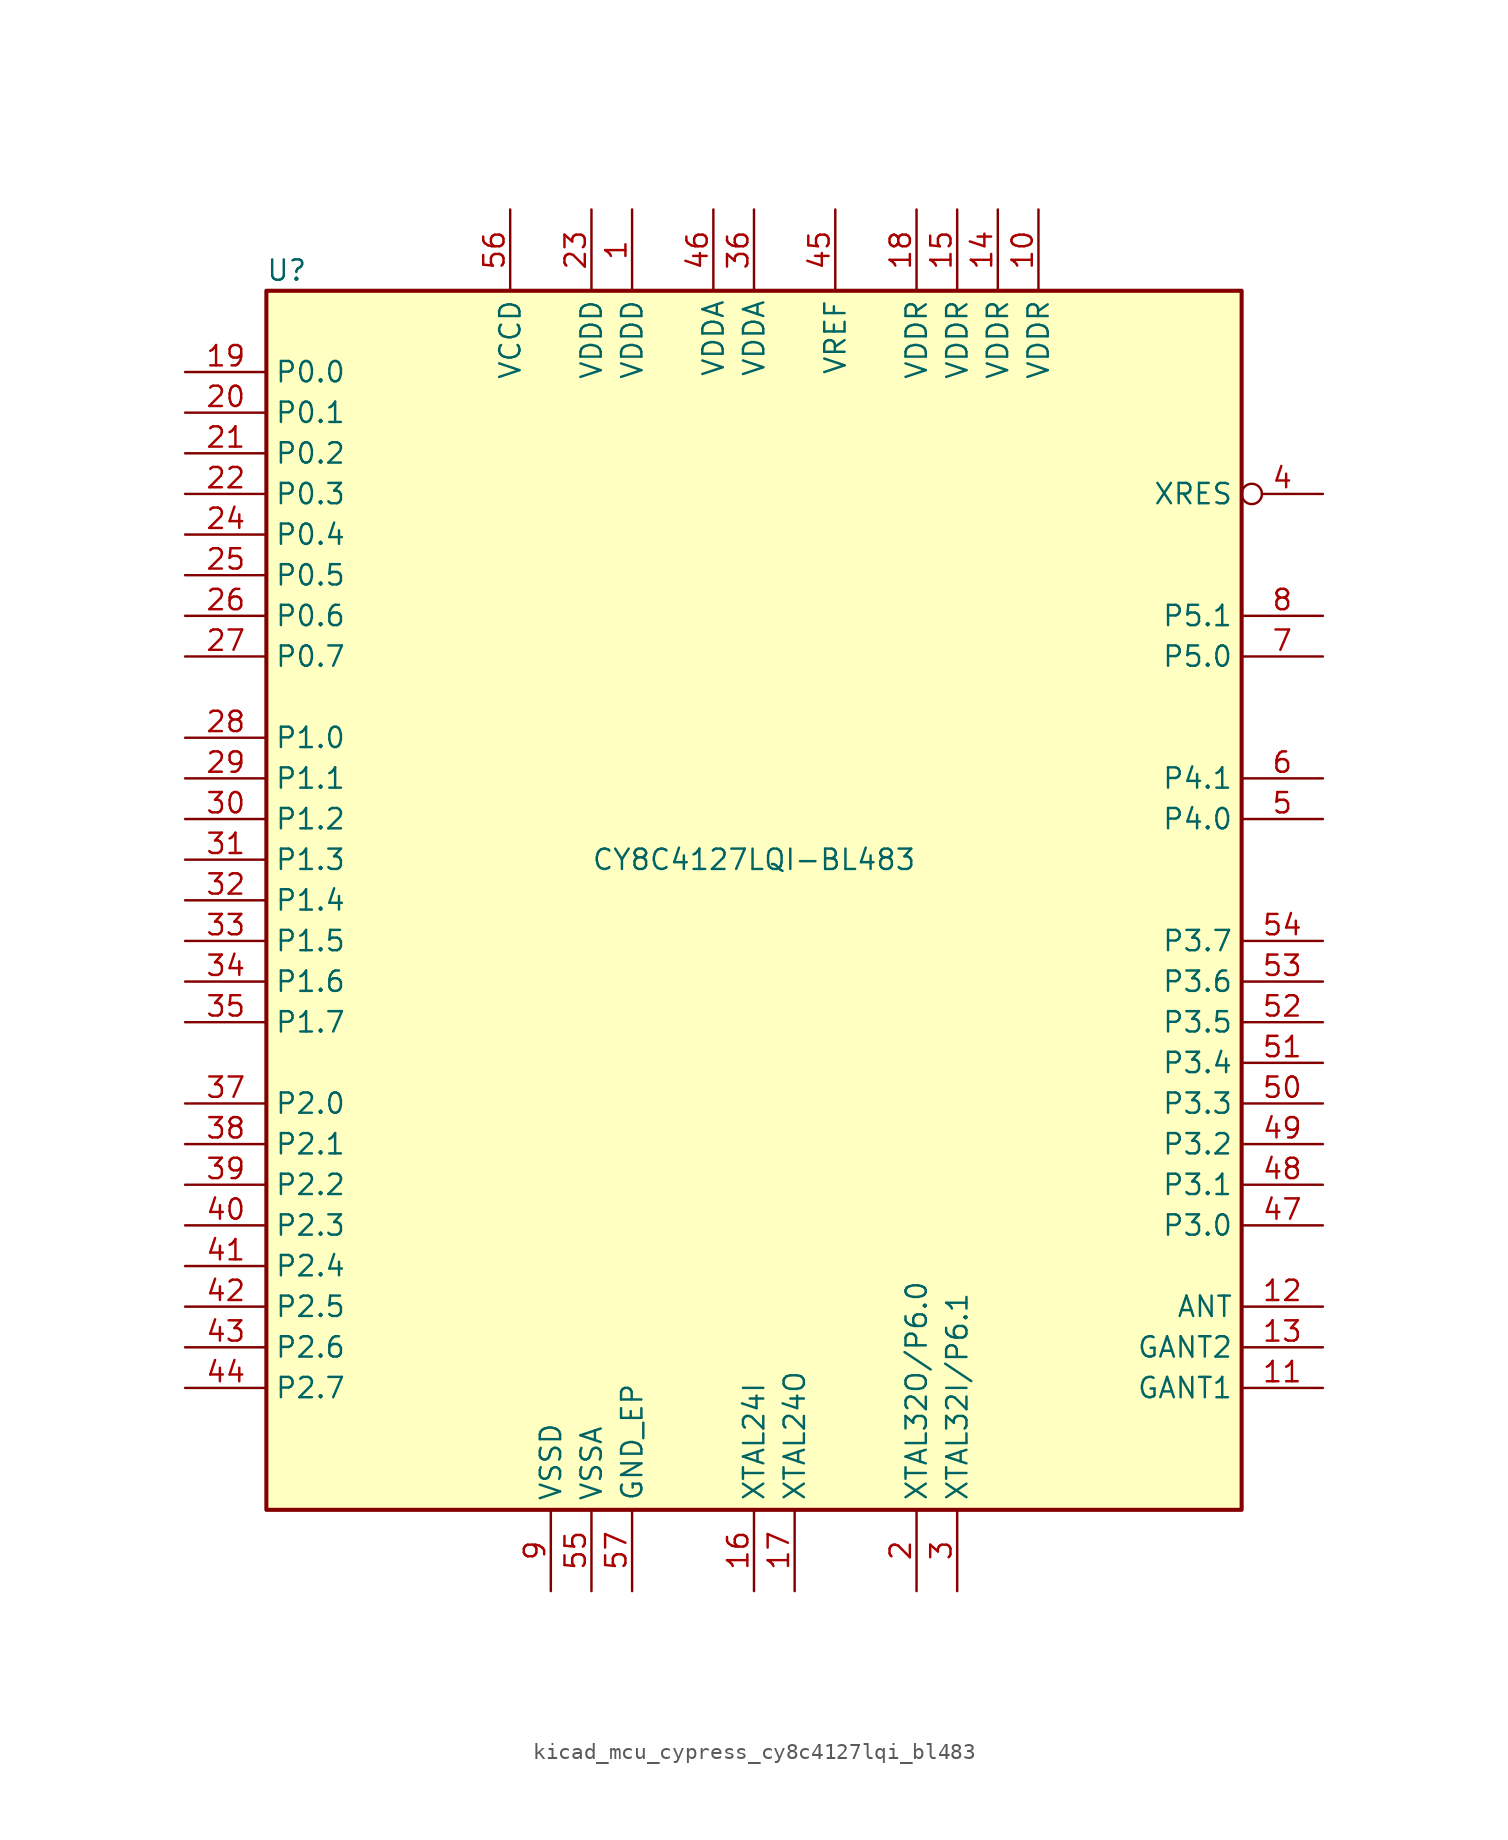
<source format=kicad_sym>
(kicad_symbol_lib
  (version 20220914)
  (generator kicad_symbol_editor)
  (symbol "kicad_mcu_cypress_cy8c4127lqi_bl483"
    (property "Reference" "U"
      (at -29.21 39.37 0)
      (effects (font (size 1.27 1.27))))
    (property "Value" "CY8C4127LQI-BL483"
      (at 0 2.54 0)
      (effects (font (size 1.27 1.27))))
    (symbol "kicad_mcu_cypress_cy8c4127lqi_bl483_1_0"
      (rectangle (start -30.48 -38.1) (end 30.48 38.1) (stroke (width 0.254) (type default)) (fill (type background))))
    (symbol "kicad_mcu_cypress_cy8c4127lqi_bl483_1_1"
      (pin power_in line (at -7.62 43.18 270) (length 5.08) (name "VDDD" (effects (font (size 1.27 1.27)))) (number "1" (effects (font (size 1.27 1.27)))))
      (pin power_in line (at 17.78 43.18 270) (length 5.08) (name "VDDR" (effects (font (size 1.27 1.27)))) (number "10" (effects (font (size 1.27 1.27)))))
      (pin power_in line (at 35.56 -30.48 180) (length 5.08) (name "GANT1" (effects (font (size 1.27 1.27)))) (number "11" (effects (font (size 1.27 1.27)))))
      (pin output line (at 35.56 -25.4 180) (length 5.08) (name "ANT" (effects (font (size 1.27 1.27)))) (number "12" (effects (font (size 1.27 1.27)))))
      (pin power_in line (at 35.56 -27.94 180) (length 5.08) (name "GANT2" (effects (font (size 1.27 1.27)))) (number "13" (effects (font (size 1.27 1.27)))))
      (pin power_in line (at 15.24 43.18 270) (length 5.08) (name "VDDR" (effects (font (size 1.27 1.27)))) (number "14" (effects (font (size 1.27 1.27)))))
      (pin power_in line (at 12.7 43.18 270) (length 5.08) (name "VDDR" (effects (font (size 1.27 1.27)))) (number "15" (effects (font (size 1.27 1.27)))))
      (pin input line (at 0 -43.18 90) (length 5.08) (name "XTAL24I" (effects (font (size 1.27 1.27)))) (number "16" (effects (font (size 1.27 1.27)))))
      (pin output line (at 2.54 -43.18 90) (length 5.08) (name "XTAL24O" (effects (font (size 1.27 1.27)))) (number "17" (effects (font (size 1.27 1.27)))))
      (pin power_in line (at 10.16 43.18 270) (length 5.08) (name "VDDR" (effects (font (size 1.27 1.27)))) (number "18" (effects (font (size 1.27 1.27)))))
      (pin bidirectional line (at -35.56 33.02 0) (length 5.08) (name "P0.0" (effects (font (size 1.27 1.27)))) (number "19" (effects (font (size 1.27 1.27)))))
      (pin bidirectional line (at 10.16 -43.18 90) (length 5.08) (name "XTAL32O/P6.0" (effects (font (size 1.27 1.27)))) (number "2" (effects (font (size 1.27 1.27)))))
      (pin bidirectional line (at -35.56 30.48 0) (length 5.08) (name "P0.1" (effects (font (size 1.27 1.27)))) (number "20" (effects (font (size 1.27 1.27)))))
      (pin bidirectional line (at -35.56 27.94 0) (length 5.08) (name "P0.2" (effects (font (size 1.27 1.27)))) (number "21" (effects (font (size 1.27 1.27)))))
      (pin bidirectional line (at -35.56 25.4 0) (length 5.08) (name "P0.3" (effects (font (size 1.27 1.27)))) (number "22" (effects (font (size 1.27 1.27)))))
      (pin power_in line (at -10.16 43.18 270) (length 5.08) (name "VDDD" (effects (font (size 1.27 1.27)))) (number "23" (effects (font (size 1.27 1.27)))))
      (pin bidirectional line (at -35.56 22.86 0) (length 5.08) (name "P0.4" (effects (font (size 1.27 1.27)))) (number "24" (effects (font (size 1.27 1.27)))))
      (pin bidirectional line (at -35.56 20.32 0) (length 5.08) (name "P0.5" (effects (font (size 1.27 1.27)))) (number "25" (effects (font (size 1.27 1.27)))))
      (pin bidirectional line (at -35.56 17.78 0) (length 5.08) (name "P0.6" (effects (font (size 1.27 1.27)))) (number "26" (effects (font (size 1.27 1.27)))))
      (pin bidirectional line (at -35.56 15.24 0) (length 5.08) (name "P0.7" (effects (font (size 1.27 1.27)))) (number "27" (effects (font (size 1.27 1.27)))))
      (pin bidirectional line (at -35.56 10.16 0) (length 5.08) (name "P1.0" (effects (font (size 1.27 1.27)))) (number "28" (effects (font (size 1.27 1.27)))))
      (pin bidirectional line (at -35.56 7.62 0) (length 5.08) (name "P1.1" (effects (font (size 1.27 1.27)))) (number "29" (effects (font (size 1.27 1.27)))))
      (pin bidirectional line (at 12.7 -43.18 90) (length 5.08) (name "XTAL32I/P6.1" (effects (font (size 1.27 1.27)))) (number "3" (effects (font (size 1.27 1.27)))))
      (pin bidirectional line (at -35.56 5.08 0) (length 5.08) (name "P1.2" (effects (font (size 1.27 1.27)))) (number "30" (effects (font (size 1.27 1.27)))))
      (pin bidirectional line (at -35.56 2.54 0) (length 5.08) (name "P1.3" (effects (font (size 1.27 1.27)))) (number "31" (effects (font (size 1.27 1.27)))))
      (pin bidirectional line (at -35.56 0 0) (length 5.08) (name "P1.4" (effects (font (size 1.27 1.27)))) (number "32" (effects (font (size 1.27 1.27)))))
      (pin bidirectional line (at -35.56 -2.54 0) (length 5.08) (name "P1.5" (effects (font (size 1.27 1.27)))) (number "33" (effects (font (size 1.27 1.27)))))
      (pin bidirectional line (at -35.56 -5.08 0) (length 5.08) (name "P1.6" (effects (font (size 1.27 1.27)))) (number "34" (effects (font (size 1.27 1.27)))))
      (pin bidirectional line (at -35.56 -7.62 0) (length 5.08) (name "P1.7" (effects (font (size 1.27 1.27)))) (number "35" (effects (font (size 1.27 1.27)))))
      (pin power_in line (at 0 43.18 270) (length 5.08) (name "VDDA" (effects (font (size 1.27 1.27)))) (number "36" (effects (font (size 1.27 1.27)))))
      (pin bidirectional line (at -35.56 -12.7 0) (length 5.08) (name "P2.0" (effects (font (size 1.27 1.27)))) (number "37" (effects (font (size 1.27 1.27)))))
      (pin bidirectional line (at -35.56 -15.24 0) (length 5.08) (name "P2.1" (effects (font (size 1.27 1.27)))) (number "38" (effects (font (size 1.27 1.27)))))
      (pin bidirectional line (at -35.56 -17.78 0) (length 5.08) (name "P2.2" (effects (font (size 1.27 1.27)))) (number "39" (effects (font (size 1.27 1.27)))))
      (pin input inverted (at 35.56 25.4 180) (length 5.08) (name "XRES" (effects (font (size 1.27 1.27)))) (number "4" (effects (font (size 1.27 1.27)))))
      (pin bidirectional line (at -35.56 -20.32 0) (length 5.08) (name "P2.3" (effects (font (size 1.27 1.27)))) (number "40" (effects (font (size 1.27 1.27)))))
      (pin bidirectional line (at -35.56 -22.86 0) (length 5.08) (name "P2.4" (effects (font (size 1.27 1.27)))) (number "41" (effects (font (size 1.27 1.27)))))
      (pin bidirectional line (at -35.56 -25.4 0) (length 5.08) (name "P2.5" (effects (font (size 1.27 1.27)))) (number "42" (effects (font (size 1.27 1.27)))))
      (pin bidirectional line (at -35.56 -27.94 0) (length 5.08) (name "P2.6" (effects (font (size 1.27 1.27)))) (number "43" (effects (font (size 1.27 1.27)))))
      (pin bidirectional line (at -35.56 -30.48 0) (length 5.08) (name "P2.7" (effects (font (size 1.27 1.27)))) (number "44" (effects (font (size 1.27 1.27)))))
      (pin passive line (at 5.08 43.18 270) (length 5.08) (name "VREF" (effects (font (size 1.27 1.27)))) (number "45" (effects (font (size 1.27 1.27)))))
      (pin power_in line (at -2.54 43.18 270) (length 5.08) (name "VDDA" (effects (font (size 1.27 1.27)))) (number "46" (effects (font (size 1.27 1.27)))))
      (pin bidirectional line (at 35.56 -20.32 180) (length 5.08) (name "P3.0" (effects (font (size 1.27 1.27)))) (number "47" (effects (font (size 1.27 1.27)))))
      (pin bidirectional line (at 35.56 -17.78 180) (length 5.08) (name "P3.1" (effects (font (size 1.27 1.27)))) (number "48" (effects (font (size 1.27 1.27)))))
      (pin bidirectional line (at 35.56 -15.24 180) (length 5.08) (name "P3.2" (effects (font (size 1.27 1.27)))) (number "49" (effects (font (size 1.27 1.27)))))
      (pin bidirectional line (at 35.56 5.08 180) (length 5.08) (name "P4.0" (effects (font (size 1.27 1.27)))) (number "5" (effects (font (size 1.27 1.27)))))
      (pin bidirectional line (at 35.56 -12.7 180) (length 5.08) (name "P3.3" (effects (font (size 1.27 1.27)))) (number "50" (effects (font (size 1.27 1.27)))))
      (pin bidirectional line (at 35.56 -10.16 180) (length 5.08) (name "P3.4" (effects (font (size 1.27 1.27)))) (number "51" (effects (font (size 1.27 1.27)))))
      (pin bidirectional line (at 35.56 -7.62 180) (length 5.08) (name "P3.5" (effects (font (size 1.27 1.27)))) (number "52" (effects (font (size 1.27 1.27)))))
      (pin bidirectional line (at 35.56 -5.08 180) (length 5.08) (name "P3.6" (effects (font (size 1.27 1.27)))) (number "53" (effects (font (size 1.27 1.27)))))
      (pin bidirectional line (at 35.56 -2.54 180) (length 5.08) (name "P3.7" (effects (font (size 1.27 1.27)))) (number "54" (effects (font (size 1.27 1.27)))))
      (pin power_in line (at -10.16 -43.18 90) (length 5.08) (name "VSSA" (effects (font (size 1.27 1.27)))) (number "55" (effects (font (size 1.27 1.27)))))
      (pin power_out line (at -15.24 43.18 270) (length 5.08) (name "VCCD" (effects (font (size 1.27 1.27)))) (number "56" (effects (font (size 1.27 1.27)))))
      (pin power_in line (at -7.62 -43.18 90) (length 5.08) (name "GND_EP" (effects (font (size 1.27 1.27)))) (number "57" (effects (font (size 1.27 1.27)))))
      (pin bidirectional line (at 35.56 7.62 180) (length 5.08) (name "P4.1" (effects (font (size 1.27 1.27)))) (number "6" (effects (font (size 1.27 1.27)))))
      (pin bidirectional line (at 35.56 15.24 180) (length 5.08) (name "P5.0" (effects (font (size 1.27 1.27)))) (number "7" (effects (font (size 1.27 1.27)))))
      (pin bidirectional line (at 35.56 17.78 180) (length 5.08) (name "P5.1" (effects (font (size 1.27 1.27)))) (number "8" (effects (font (size 1.27 1.27)))))
      (pin power_in line (at -12.7 -43.18 90) (length 5.08) (name "VSSD" (effects (font (size 1.27 1.27)))) (number "9" (effects (font (size 1.27 1.27))))))))
</source>
